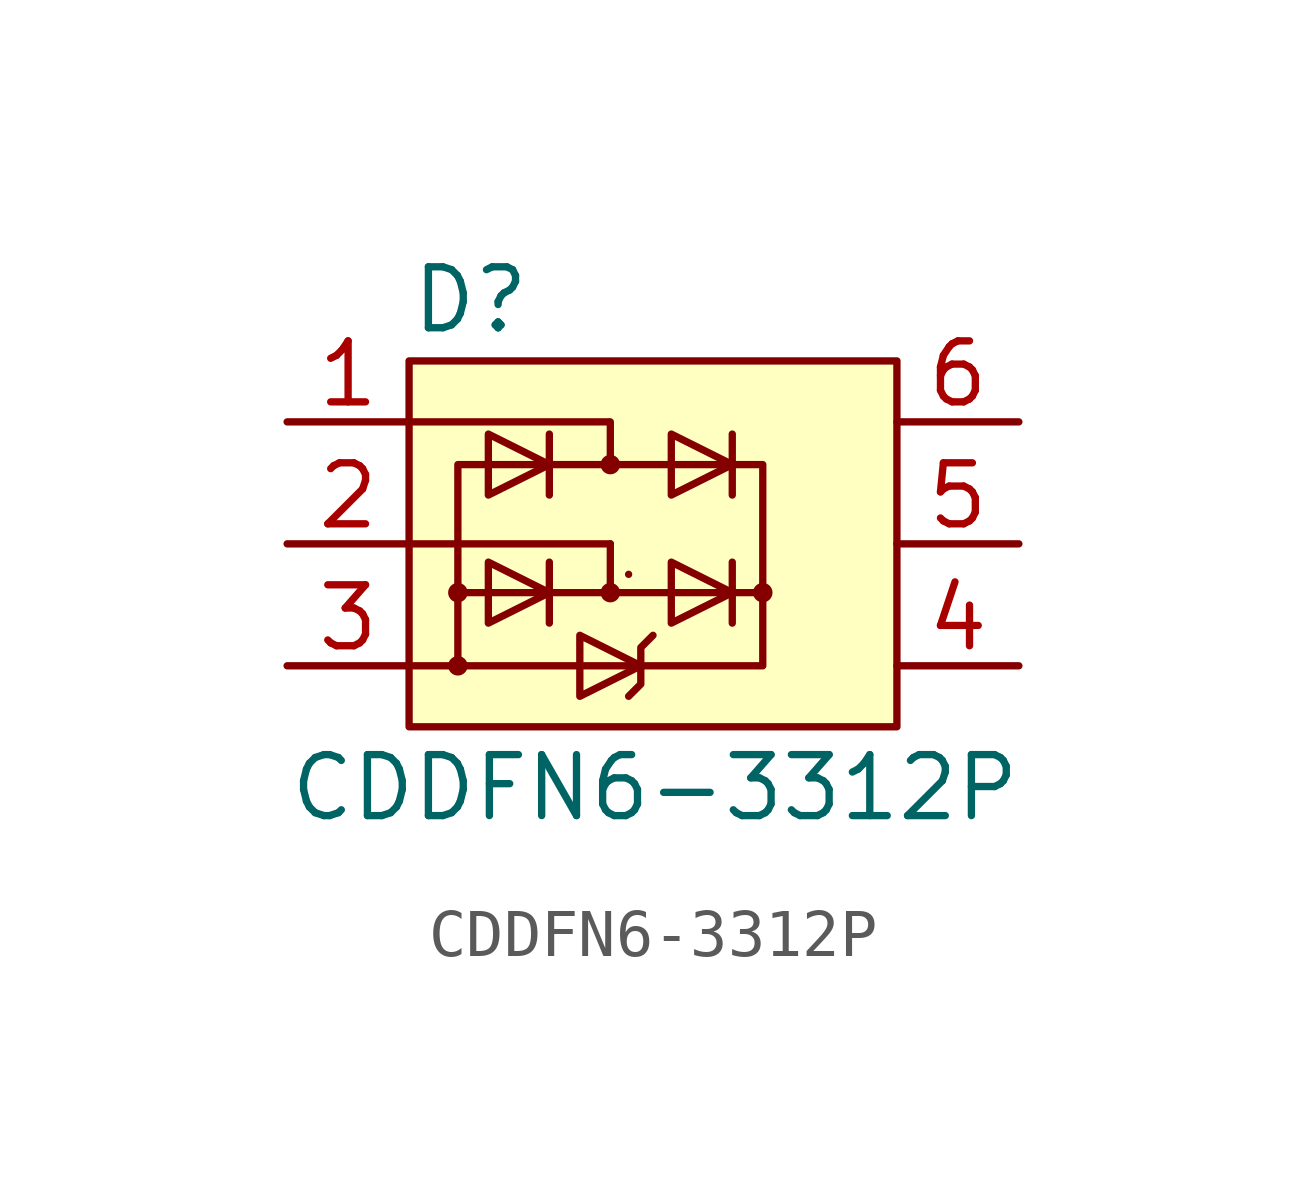
<source format=kicad_sym>
(kicad_symbol_lib
  (version 20211014)
  (generator kicad_symbol_editor)
  (symbol "CDDFN6-3312P"
    (pin_names
      (offset 0.762))
    (property "Reference" "D"
      (at -5.08 5.08 0)
      (effects (font (size 1.27 1.27)) (justify left)))
    (property "Value" "CDDFN6-3312P"
      (at -7.62 -5.08 0)
      (effects (font (size 1.27 1.27)) (justify left)))
    (symbol "CDDFN6-3312P_0_1"
      (rectangle (start -5.08 3.81) (end 5.08 -3.81) (stroke (width 0) (type default) (color 0 0 0 0)) (fill (type background)))
      (circle (center -4.064 -2.54) (radius 0.127) (stroke (width 0) (type default) (color 0 0 0 0)) (fill (type none)))
      (circle (center -4.064 -1.016) (radius 0.127) (stroke (width 0) (type default) (color 0 0 0 0)) (fill (type none)))
      (rectangle (start -4.064 1.651) (end 2.286 -2.54) (stroke (width 0) (type default) (color 0 0 0 0)) (fill (type none)))
      (circle (center -0.889 -1.016) (radius 0.127) (stroke (width 0) (type default) (color 0 0 0 0)) (fill (type none)))
      (circle (center -0.889 1.651) (radius 0.127) (stroke (width 0) (type default) (color 0 0 0 0)) (fill (type none)))
      (polyline (pts (xy -5.08 0) (xy -0.889 0)) (stroke (width 0) (type default) (color 0 0 0 0)) (fill (type none)))
      (polyline (pts (xy -5.08 2.54) (xy -0.914 2.54)) (stroke (width 0) (type default) (color 0 0 0 0)) (fill (type none)))
      (polyline (pts (xy -4.064 -2.54) (xy -5.08 -2.54)) (stroke (width 0) (type default) (color 0 0 0 0)) (fill (type none)))
      (polyline (pts (xy -4.064 -1.016) (xy 2.286 -1.016)) (stroke (width 0) (type default) (color 0 0 0 0)) (fill (type outline)))
      (polyline (pts (xy -2.159 -0.381) (xy -2.159 -1.651)) (stroke (width 0) (type default) (color 0 0 0 0)) (fill (type none)))
      (polyline (pts (xy -2.159 2.286) (xy -2.159 1.016)) (stroke (width 0) (type default) (color 0 0 0 0)) (fill (type none)))
      (polyline (pts (xy -0.889 0) (xy -0.889 -0.889)) (stroke (width 0) (type default) (color 0 0 0 0)) (fill (type none)))
      (polyline (pts (xy -0.889 1.651) (xy -0.889 2.54)) (stroke (width 0) (type default) (color 0 0 0 0)) (fill (type none)))
      (polyline (pts (xy -0.508 -0.635) (xy -0.508 -0.635)) (stroke (width 0) (type default) (color 0 0 0 0)) (fill (type none)))
      (polyline (pts (xy 1.651 -0.381) (xy 1.651 -1.651)) (stroke (width 0) (type default) (color 0 0 0 0)) (fill (type none)))
      (polyline (pts (xy 1.651 2.286) (xy 1.651 1.016)) (stroke (width 0) (type default) (color 0 0 0 0)) (fill (type none)))
      (polyline (pts (xy -3.429 -0.381) (xy -3.429 -1.651) (xy -2.159 -1.016) (xy -3.429 -0.381)) (stroke (width 0) (type default) (color 0 0 0 0)) (fill (type none)))
      (polyline (pts (xy -3.429 1.016) (xy -3.429 2.286) (xy -2.159 1.651) (xy -3.429 1.016)) (stroke (width 0) (type default) (color 0 0 0 0)) (fill (type none)))
      (polyline (pts (xy 0 -1.905) (xy -0.254 -2.159) (xy -0.254 -2.921) (xy -0.508 -3.175)) (stroke (width 0) (type default) (color 0 0 0 0)) (fill (type none)))
      (polyline (pts (xy 0.381 -0.381) (xy 0.381 -1.651) (xy 1.651 -1.016) (xy 0.381 -0.381)) (stroke (width 0) (type default) (color 0 0 0 0)) (fill (type none)))
      (polyline (pts (xy 0.381 1.016) (xy 0.381 2.286) (xy 1.651 1.651) (xy 0.381 1.016)) (stroke (width 0) (type default) (color 0 0 0 0)) (fill (type none)))
      (circle (center 2.286 -1.016) (radius 0.127) (stroke (width 0) (type default) (color 0 0 0 0)) (fill (type none))))
    (symbol "CDDFN6-3312P_1_1"
      (polyline (pts (xy -1.524 -1.905) (xy -1.524 -3.175) (xy -0.254 -2.54) (xy -1.524 -1.905)) (stroke (width 0) (type default) (color 0 0 0 0)) (fill (type none)))
      (pin passive line (at -7.62 2.54 0) (length 2.54) (name "~" (effects (font (size 1.27 1.27)))) (number "1" (effects (font (size 1.27 1.27)))))
      (pin passive line (at -7.62 0 0) (length 2.54) (name "~" (effects (font (size 1.27 1.27)))) (number "2" (effects (font (size 1.27 1.27)))))
      (pin passive line (at -7.62 -2.54 0) (length 2.54) (name "~" (effects (font (size 1.27 1.27)))) (number "3" (effects (font (size 1.27 1.27)))))
      (pin passive line (at 7.62 -2.54 180) (length 2.54) (name "~" (effects (font (size 1.27 1.27)))) (number "4" (effects (font (size 1.27 1.27)))))
      (pin passive line (at 7.62 0 180) (length 2.54) (name "~" (effects (font (size 1.27 1.27)))) (number "5" (effects (font (size 1.27 1.27)))))
      (pin passive line (at 7.62 2.54 180) (length 2.54) (name "~" (effects (font (size 1.27 1.27)))) (number "6" (effects (font (size 1.27 1.27))))))))
</source>
